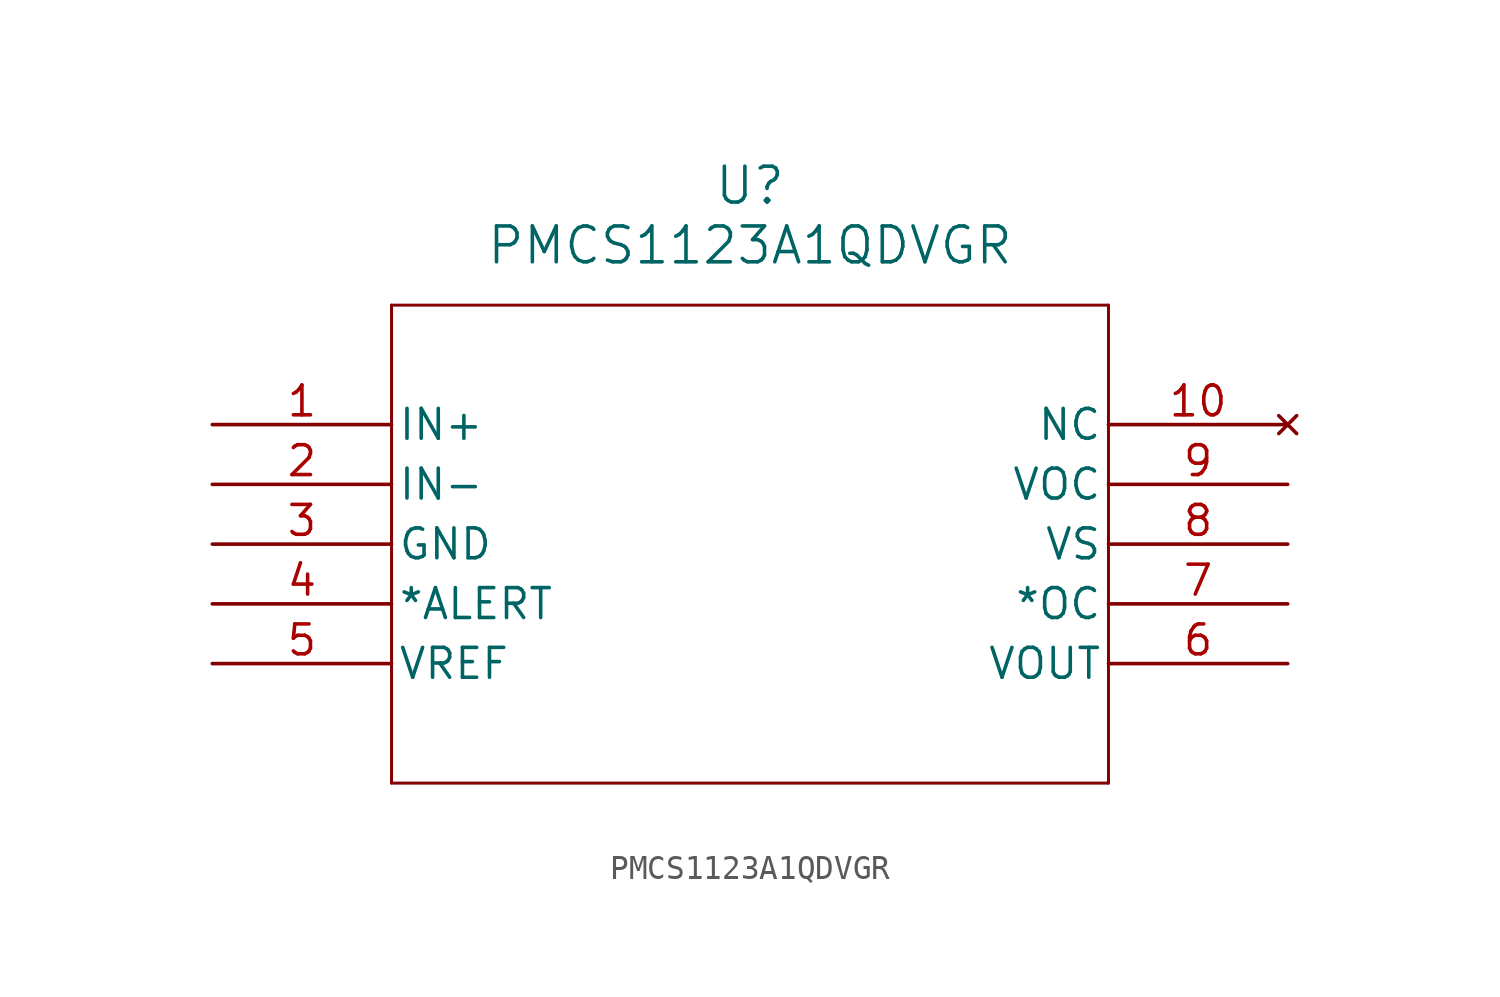
<source format=kicad_sym>
(kicad_symbol_lib
  (version 20211014)
  (generator kicad_symbol_editor)
  (symbol "PMCS1123A1QDVGR"
    (pin_names
      (offset 0.254))
    (property "Reference" "U"
      (at 22.86 10.16 0)
      (effects (font (size 1.524 1.524))))
    (property "Value" "PMCS1123A1QDVGR"
      (at 22.86 7.62 0)
      (effects (font (size 1.524 1.524))))
    (symbol "PMCS1123A1QDVGR_0_1"
      (polyline (pts (xy 7.62 5.08) (xy 7.62 -15.24)) (stroke (width 0.127) (type default) (color 0 0 0 0)) (fill (type none)))
      (polyline (pts (xy 7.62 -15.24) (xy 38.1 -15.24)) (stroke (width 0.127) (type default) (color 0 0 0 0)) (fill (type none)))
      (polyline (pts (xy 38.1 -15.24) (xy 38.1 5.08)) (stroke (width 0.127) (type default) (color 0 0 0 0)) (fill (type none)))
      (polyline (pts (xy 38.1 5.08) (xy 7.62 5.08)) (stroke (width 0.127) (type default) (color 0 0 0 0)) (fill (type none)))
      (pin input line (at 0 0 0) (length 7.62) (name "IN+" (effects (font (size 1.27 1.27)))) (number "1" (effects (font (size 1.27 1.27)))))
      (pin input line (at 0 -2.54 0) (length 7.62) (name "IN-" (effects (font (size 1.27 1.27)))) (number "2" (effects (font (size 1.27 1.27)))))
      (pin power_out line (at 0 -5.08 0) (length 7.62) (name "GND" (effects (font (size 1.27 1.27)))) (number "3" (effects (font (size 1.27 1.27)))))
      (pin output line (at 0 -7.62 0) (length 7.62) (name "*ALERT" (effects (font (size 1.27 1.27)))) (number "4" (effects (font (size 1.27 1.27)))))
      (pin power_in line (at 0 -10.16 0) (length 7.62) (name "VREF" (effects (font (size 1.27 1.27)))) (number "5" (effects (font (size 1.27 1.27)))))
      (pin output line (at 45.72 -10.16 180) (length 7.62) (name "VOUT" (effects (font (size 1.27 1.27)))) (number "6" (effects (font (size 1.27 1.27)))))
      (pin output line (at 45.72 -7.62 180) (length 7.62) (name "*OC" (effects (font (size 1.27 1.27)))) (number "7" (effects (font (size 1.27 1.27)))))
      (pin unspecified line (at 45.72 -5.08 180) (length 7.62) (name "VS" (effects (font (size 1.27 1.27)))) (number "8" (effects (font (size 1.27 1.27)))))
      (pin input line (at 45.72 -2.54 180) (length 7.62) (name "VOC" (effects (font (size 1.27 1.27)))) (number "9" (effects (font (size 1.27 1.27)))))
      (pin no_connect line (at 45.72 0 180) (length 7.62) (name "NC" (effects (font (size 1.27 1.27)))) (number "10" (effects (font (size 1.27 1.27))))))))
</source>
